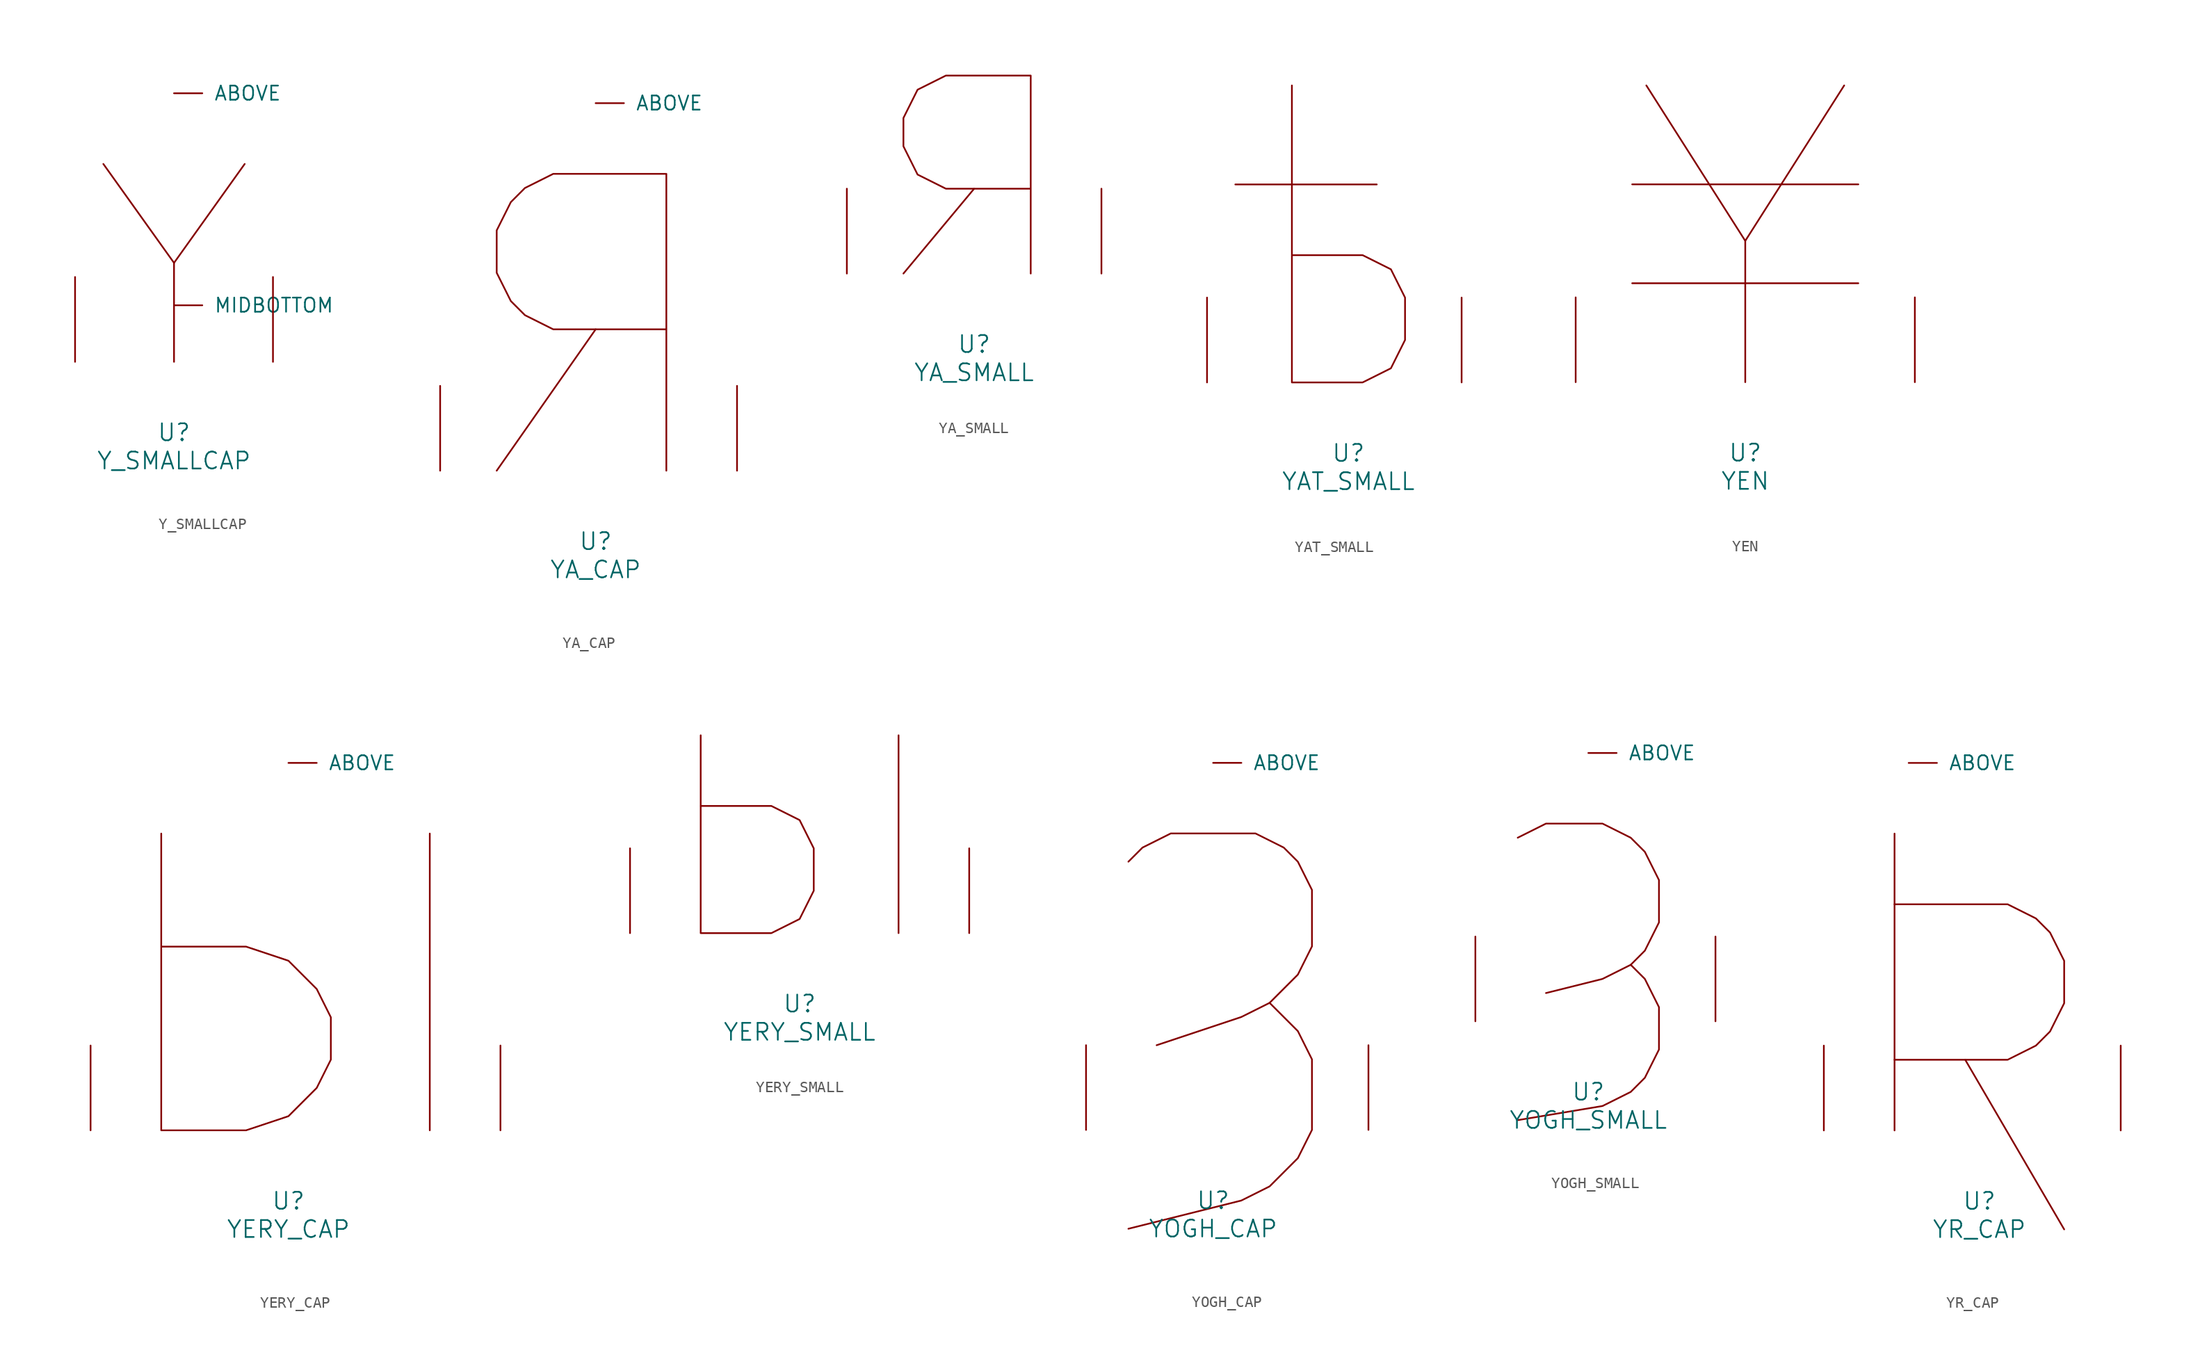
<source format=kicad_sym>
(kicad_symbol_lib
  (version 20220914)
  (generator font_lib2sym)
  (symbol "Y_SMALLCAP"
    (pin_names
      (offset 1.016))
    (property "Reference" "U"
      (at 0 -6.35 0)
      (effects (font (size 1.524 1.524))))
    (property "Value" "Y_SMALLCAP"
      (at 0 -8.89 0)
      (effects (font (size 1.524 1.524))))
    (symbol "Y_SMALLCAP_0_1"
      (polyline (pts (xy 0 8.89) (xy 0 0)) (stroke (width 0) (type solid)) (fill (type none)))
      (polyline (pts (xy -6.35 17.78) (xy 0 8.89) (xy 6.35 17.78)) (stroke (width 0) (type solid)) (fill (type none)))
      (pin input line (at 0 24.13 0) (length 2.54) (name "ABOVE" (effects (font (size 1.27 1.27)))) (number "~" (effects (font (size 1.27 1.27)))))
      (pin input line (at 0 5.08 0) (length 2.54) (name "MIDBOTTOM" (effects (font (size 1.27 1.27)))) (number "~" (effects (font (size 1.27 1.27)))))
      (pin input line (at -8.89 0 90) (length 7.62) (name "~" (effects (font (size 1.27 1.27)))) (number "~" (effects (font (size 1.27 1.27)))))
      (pin input line (at 8.89 0 90) (length 7.62) (name "~" (effects (font (size 1.27 1.27)))) (number "~" (effects (font (size 1.27 1.27)))))))
  (symbol "YA_CAP"
    (pin_names
      (offset 1.016))
    (property "Reference" "U"
      (at 0 -6.35 0)
      (effects (font (size 1.524 1.524))))
    (property "Value" "YA_CAP"
      (at 0 -8.89 0)
      (effects (font (size 1.524 1.524))))
    (symbol "YA_CAP_0_1"
      (polyline (pts (xy 0 12.7) (xy -8.89 0)) (stroke (width 0) (type solid)) (fill (type none)))
      (polyline (pts (xy 6.35 0) (xy 6.35 26.67) (xy -3.81 26.67) (xy -6.35 25.4) (xy -7.62 24.13) (xy -8.89 21.59) (xy -8.89 17.78) (xy -7.62 15.24) (xy -6.35 13.97) (xy -3.81 12.7) (xy 6.35 12.7)) (stroke (width 0) (type solid)) (fill (type none)))
      (pin input line (at 0 33.02 0) (length 2.54) (name "ABOVE" (effects (font (size 1.27 1.27)))) (number "~" (effects (font (size 1.27 1.27)))))
      (pin input line (at -13.97 0 90) (length 7.62) (name "~" (effects (font (size 1.27 1.27)))) (number "~" (effects (font (size 1.27 1.27)))))
      (pin input line (at 12.7 0 90) (length 7.62) (name "~" (effects (font (size 1.27 1.27)))) (number "~" (effects (font (size 1.27 1.27)))))))
  (symbol "YA_SMALL"
    (pin_names
      (offset 1.016))
    (property "Reference" "U"
      (at 0 -6.35 0)
      (effects (font (size 1.524 1.524))))
    (property "Value" "YA_SMALL"
      (at 0 -8.89 0)
      (effects (font (size 1.524 1.524))))
    (symbol "YA_SMALL_0_1"
      (polyline (pts (xy 0 7.62) (xy -6.35 0)) (stroke (width 0) (type solid)) (fill (type none)))
      (polyline (pts (xy 5.08 0) (xy 5.08 17.78) (xy -2.54 17.78) (xy -5.08 16.51) (xy -6.35 13.97) (xy -6.35 11.43) (xy -5.08 8.89) (xy -2.54 7.62) (xy 5.08 7.62)) (stroke (width 0) (type solid)) (fill (type none)))
      (pin input line (at -11.43 0 90) (length 7.62) (name "~" (effects (font (size 1.27 1.27)))) (number "~" (effects (font (size 1.27 1.27)))))
      (pin input line (at 11.43 0 90) (length 7.62) (name "~" (effects (font (size 1.27 1.27)))) (number "~" (effects (font (size 1.27 1.27)))))))
  (symbol "YAT_SMALL"
    (pin_names
      (offset 1.016))
    (property "Reference" "U"
      (at 0 -6.35 0)
      (effects (font (size 1.524 1.524))))
    (property "Value" "YAT_SMALL"
      (at 0 -8.89 0)
      (effects (font (size 1.524 1.524))))
    (symbol "YAT_SMALL_0_1"
      (polyline (pts (xy -10.16 17.78) (xy 2.54 17.78)) (stroke (width 0) (type solid)) (fill (type none)))
      (polyline (pts (xy -5.08 26.67) (xy -5.08 0) (xy 1.27 0) (xy 3.81 1.27) (xy 5.08 3.81) (xy 5.08 7.62) (xy 3.81 10.16) (xy 1.27 11.43) (xy -5.08 11.43)) (stroke (width 0) (type solid)) (fill (type none)))
      (pin input line (at -12.7 0 90) (length 7.62) (name "~" (effects (font (size 1.27 1.27)))) (number "~" (effects (font (size 1.27 1.27)))))
      (pin input line (at 10.16 0 90) (length 7.62) (name "~" (effects (font (size 1.27 1.27)))) (number "~" (effects (font (size 1.27 1.27)))))))
  (symbol "YEN"
    (pin_names
      (offset 1.016))
    (property "Reference" "U"
      (at 0 -6.35 0)
      (effects (font (size 1.524 1.524))))
    (property "Value" "YEN"
      (at 0 -8.89 0)
      (effects (font (size 1.524 1.524))))
    (symbol "YEN_0_1"
      (polyline (pts (xy -10.16 8.89) (xy 10.16 8.89)) (stroke (width 0) (type solid)) (fill (type none)))
      (polyline (pts (xy -10.16 17.78) (xy 10.16 17.78)) (stroke (width 0) (type solid)) (fill (type none)))
      (polyline (pts (xy 0 12.7) (xy 0 0)) (stroke (width 0) (type solid)) (fill (type none)))
      (polyline (pts (xy -8.89 26.67) (xy 0 12.7) (xy 8.89 26.67)) (stroke (width 0) (type solid)) (fill (type none)))
      (pin input line (at -15.24 0 90) (length 7.62) (name "~" (effects (font (size 1.27 1.27)))) (number "~" (effects (font (size 1.27 1.27)))))
      (pin input line (at 15.24 0 90) (length 7.62) (name "~" (effects (font (size 1.27 1.27)))) (number "~" (effects (font (size 1.27 1.27)))))))
  (symbol "YERY_CAP"
    (pin_names
      (offset 1.016))
    (property "Reference" "U"
      (at 0 -6.35 0)
      (effects (font (size 1.524 1.524))))
    (property "Value" "YERY_CAP"
      (at 0 -8.89 0)
      (effects (font (size 1.524 1.524))))
    (symbol "YERY_CAP_0_1"
      (polyline (pts (xy 12.7 26.67) (xy 12.7 0)) (stroke (width 0) (type solid)) (fill (type none)))
      (polyline (pts (xy -11.43 26.67) (xy -11.43 0) (xy -3.81 0) (xy 0 1.27) (xy 2.54 3.81) (xy 3.81 6.35) (xy 3.81 10.16) (xy 2.54 12.7) (xy 0 15.24) (xy -3.81 16.51) (xy -11.43 16.51)) (stroke (width 0) (type solid)) (fill (type none)))
      (pin input line (at 0 33.02 0) (length 2.54) (name "ABOVE" (effects (font (size 1.27 1.27)))) (number "~" (effects (font (size 1.27 1.27)))))
      (pin input line (at -17.78 0 90) (length 7.62) (name "~" (effects (font (size 1.27 1.27)))) (number "~" (effects (font (size 1.27 1.27)))))
      (pin input line (at 19.05 0 90) (length 7.62) (name "~" (effects (font (size 1.27 1.27)))) (number "~" (effects (font (size 1.27 1.27)))))))
  (symbol "YERY_SMALL"
    (pin_names
      (offset 1.016))
    (property "Reference" "U"
      (at 0 -6.35 0)
      (effects (font (size 1.524 1.524))))
    (property "Value" "YERY_SMALL"
      (at 0 -8.89 0)
      (effects (font (size 1.524 1.524))))
    (symbol "YERY_SMALL_0_1"
      (polyline (pts (xy 8.89 17.78) (xy 8.89 0)) (stroke (width 0) (type solid)) (fill (type none)))
      (polyline (pts (xy -8.89 17.78) (xy -8.89 0) (xy -2.54 0) (xy 0 1.27) (xy 1.27 3.81) (xy 1.27 7.62) (xy 0 10.16) (xy -2.54 11.43) (xy -8.89 11.43)) (stroke (width 0) (type solid)) (fill (type none)))
      (pin input line (at -15.24 0 90) (length 7.62) (name "~" (effects (font (size 1.27 1.27)))) (number "~" (effects (font (size 1.27 1.27)))))
      (pin input line (at 15.24 0 90) (length 7.62) (name "~" (effects (font (size 1.27 1.27)))) (number "~" (effects (font (size 1.27 1.27)))))))
  (symbol "YOGH_CAP"
    (pin_names
      (offset 1.016))
    (property "Reference" "U"
      (at 0 -6.35 0)
      (effects (font (size 1.524 1.524))))
    (property "Value" "YOGH_CAP"
      (at 0 -8.89 0)
      (effects (font (size 1.524 1.524))))
    (symbol "YOGH_CAP_0_1"
      (polyline (pts (xy 5.08 11.43) (xy 7.62 8.89) (xy 8.89 6.35) (xy 8.89 0) (xy 7.62 -2.54) (xy 5.08 -5.08) (xy 2.54 -6.35) (xy -7.62 -8.89)) (stroke (width 0) (type solid)) (fill (type none)))
      (polyline (pts (xy -7.62 24.13) (xy -6.35 25.4) (xy -3.81 26.67) (xy 3.81 26.67) (xy 6.35 25.4) (xy 7.62 24.13) (xy 8.89 21.59) (xy 8.89 16.51) (xy 7.62 13.97) (xy 5.08 11.43) (xy 2.54 10.16) (xy -5.08 7.62)) (stroke (width 0) (type solid)) (fill (type none)))
      (pin input line (at 0 33.02 0) (length 2.54) (name "ABOVE" (effects (font (size 1.27 1.27)))) (number "~" (effects (font (size 1.27 1.27)))))
      (pin input line (at -11.43 0 90) (length 7.62) (name "~" (effects (font (size 1.27 1.27)))) (number "~" (effects (font (size 1.27 1.27)))))
      (pin input line (at 13.97 0 90) (length 7.62) (name "~" (effects (font (size 1.27 1.27)))) (number "~" (effects (font (size 1.27 1.27)))))))
  (symbol "YOGH_SMALL"
    (pin_names
      (offset 1.016))
    (property "Reference" "U"
      (at 0 -6.35 0)
      (effects (font (size 1.524 1.524))))
    (property "Value" "YOGH_SMALL"
      (at 0 -8.89 0)
      (effects (font (size 1.524 1.524))))
    (symbol "YOGH_SMALL_0_1"
      (polyline (pts (xy 3.81 5.08) (xy 5.08 3.81) (xy 6.35 1.27) (xy 6.35 -2.54) (xy 5.08 -5.08) (xy 3.81 -6.35) (xy 1.27 -7.62) (xy -6.35 -8.89)) (stroke (width 0) (type solid)) (fill (type none)))
      (polyline (pts (xy -6.35 16.51) (xy -3.81 17.78) (xy 1.27 17.78) (xy 3.81 16.51) (xy 5.08 15.24) (xy 6.35 12.7) (xy 6.35 8.89) (xy 5.08 6.35) (xy 3.81 5.08) (xy 1.27 3.81) (xy -3.81 2.54)) (stroke (width 0) (type solid)) (fill (type none)))
      (pin input line (at 0 24.13 0) (length 2.54) (name "ABOVE" (effects (font (size 1.27 1.27)))) (number "~" (effects (font (size 1.27 1.27)))))
      (pin input line (at -10.16 0 90) (length 7.62) (name "~" (effects (font (size 1.27 1.27)))) (number "~" (effects (font (size 1.27 1.27)))))
      (pin input line (at 11.43 0 90) (length 7.62) (name "~" (effects (font (size 1.27 1.27)))) (number "~" (effects (font (size 1.27 1.27)))))))
  (symbol "YR_CAP"
    (pin_names
      (offset 1.016))
    (property "Reference" "U"
      (at 0 -6.35 0)
      (effects (font (size 1.524 1.524))))
    (property "Value" "YR_CAP"
      (at 0 -8.89 0)
      (effects (font (size 1.524 1.524))))
    (symbol "YR_CAP_0_1"
      (polyline (pts (xy -7.62 26.67) (xy -7.62 0)) (stroke (width 0) (type solid)) (fill (type none)))
      (polyline (pts (xy -1.27 6.35) (xy 7.62 -8.89)) (stroke (width 0) (type solid)) (fill (type none)))
      (polyline (pts (xy -7.62 20.32) (xy 2.54 20.32) (xy 5.08 19.05) (xy 6.35 17.78) (xy 7.62 15.24) (xy 7.62 11.43) (xy 6.35 8.89) (xy 5.08 7.62) (xy 2.54 6.35) (xy -7.62 6.35)) (stroke (width 0) (type solid)) (fill (type none)))
      (pin input line (at -6.35 33.02 0) (length 2.54) (name "ABOVE" (effects (font (size 1.27 1.27)))) (number "~" (effects (font (size 1.27 1.27)))))
      (pin input line (at -13.97 0 90) (length 7.62) (name "~" (effects (font (size 1.27 1.27)))) (number "~" (effects (font (size 1.27 1.27)))))
      (pin input line (at 12.7 0 90) (length 7.62) (name "~" (effects (font (size 1.27 1.27)))) (number "~" (effects (font (size 1.27 1.27))))))))
</source>
